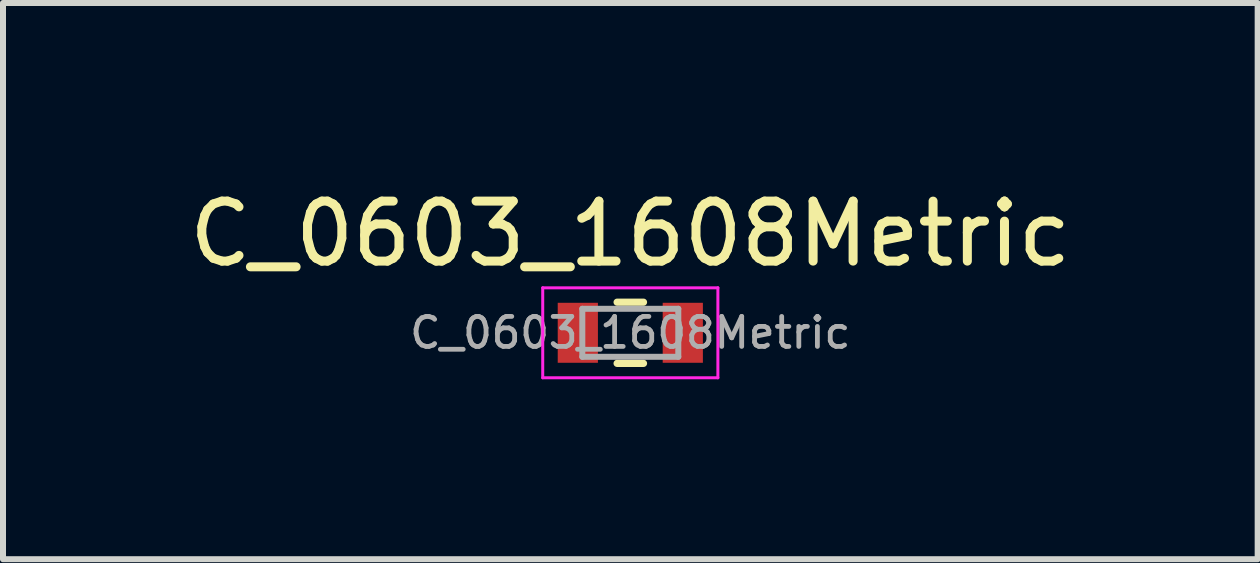
<source format=kicad_pcb>
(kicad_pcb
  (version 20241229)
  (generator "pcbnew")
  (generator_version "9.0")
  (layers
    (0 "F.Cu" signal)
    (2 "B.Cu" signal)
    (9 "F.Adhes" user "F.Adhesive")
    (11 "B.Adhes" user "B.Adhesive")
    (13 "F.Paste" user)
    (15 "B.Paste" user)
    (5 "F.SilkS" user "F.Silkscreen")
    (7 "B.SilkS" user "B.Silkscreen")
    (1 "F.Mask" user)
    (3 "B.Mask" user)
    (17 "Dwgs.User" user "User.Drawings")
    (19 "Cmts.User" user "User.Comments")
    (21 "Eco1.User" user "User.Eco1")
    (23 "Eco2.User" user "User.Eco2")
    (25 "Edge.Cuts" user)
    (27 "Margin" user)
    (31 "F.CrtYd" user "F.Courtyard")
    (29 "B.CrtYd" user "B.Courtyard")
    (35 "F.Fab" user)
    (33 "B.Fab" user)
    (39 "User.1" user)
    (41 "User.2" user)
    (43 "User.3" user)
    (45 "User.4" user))
  (footprint "C_0603_1608Metric"
    (layer "F.Cu")
    (at 7.458 2.498)
    (property "Reference" "C_0603_1608Metric" (at 0 -1.65 0) (layer "F.SilkS") (effects (font (size 1 1) (thickness 0.15))))
    (attr smd)
    (fp_line (start -0.22 -0.51) (end 0.22 -0.51) (stroke (width 0.12) (type solid)) (layer "F.SilkS"))
    (fp_line (start -0.22 0.51) (end 0.22 0.51) (stroke (width 0.12) (type solid)) (layer "F.SilkS"))
    (fp_line (start -1.46 -0.75) (end 1.46 -0.75) (stroke (width 0.05) (type solid)) (layer "F.CrtYd"))
    (fp_line (start -1.46 0.75) (end -1.46 -0.75) (stroke (width 0.05) (type solid)) (layer "F.CrtYd"))
    (fp_line (start 1.46 -0.75) (end 1.46 0.75) (stroke (width 0.05) (type solid)) (layer "F.CrtYd"))
    (fp_line (start 1.46 0.75) (end -1.46 0.75) (stroke (width 0.05) (type solid)) (layer "F.CrtYd"))
    (fp_line (start -0.8 -0.4) (end 0.8 -0.4) (stroke (width 0.1) (type solid)) (layer "F.Fab"))
    (fp_line (start -0.8 0.4) (end -0.8 -0.4) (stroke (width 0.1) (type solid)) (layer "F.Fab"))
    (fp_line (start 0.8 -0.4) (end 0.8 0.4) (stroke (width 0.1) (type solid)) (layer "F.Fab"))
    (fp_line (start 0.8 0.4) (end -0.8 0.4) (stroke (width 0.1) (type solid)) (layer "F.Fab"))
    (fp_text user "${REFERENCE}" (at 0 0 0) (layer "F.Fab") (effects (font (size 0.5 0.5) (thickness 0.08))))
    (pad "1" smd rect (at -0.875 0) (size 0.67 1) (layers "F.Cu" "F.Mask" "F.Paste"))
    (pad "2" smd rect (at 0.875 0) (size 0.67 1) (layers "F.Cu" "F.Mask" "F.Paste")))
  (gr_rect
    (start -3 -3)
    (end 17.917 6.273)
    (stroke (width 0.1) (type default))
    (fill no)
    (layer "Edge.Cuts")))
</source>
